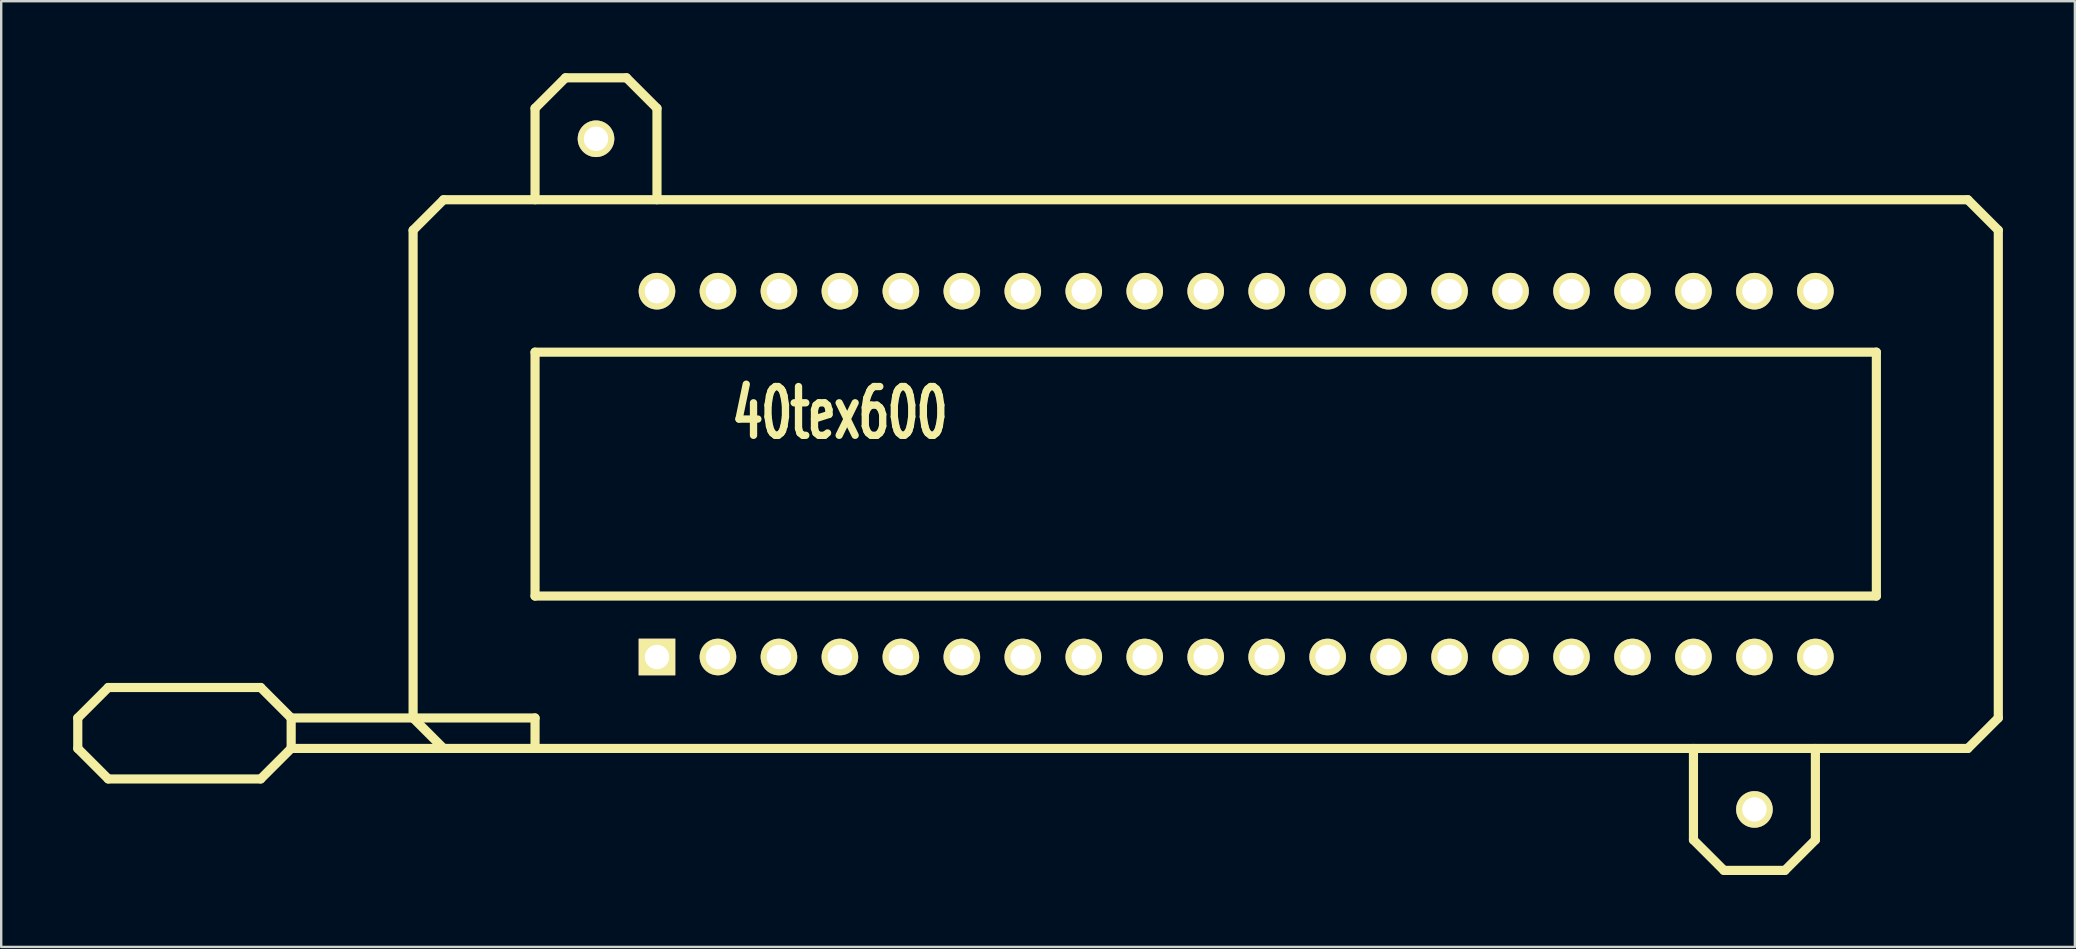
<source format=kicad_pcb>
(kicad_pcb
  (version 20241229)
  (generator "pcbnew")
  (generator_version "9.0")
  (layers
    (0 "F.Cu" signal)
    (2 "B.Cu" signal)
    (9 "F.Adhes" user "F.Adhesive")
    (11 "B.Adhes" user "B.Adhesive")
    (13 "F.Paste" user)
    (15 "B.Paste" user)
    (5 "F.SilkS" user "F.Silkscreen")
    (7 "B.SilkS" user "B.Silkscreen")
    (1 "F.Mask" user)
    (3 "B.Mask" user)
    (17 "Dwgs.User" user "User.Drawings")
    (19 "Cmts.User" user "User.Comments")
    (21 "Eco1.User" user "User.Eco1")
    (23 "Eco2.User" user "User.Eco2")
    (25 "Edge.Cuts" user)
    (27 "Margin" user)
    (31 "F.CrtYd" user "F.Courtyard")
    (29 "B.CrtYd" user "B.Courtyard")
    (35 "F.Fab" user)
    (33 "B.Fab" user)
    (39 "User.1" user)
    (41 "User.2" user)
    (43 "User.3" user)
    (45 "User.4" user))
  (footprint "40tex600"
    (layer "F.Cu")
    (at 48.45 16.701)
    (property "Reference" "40tex600" (at -16.51 -2.54 0) (layer "F.SilkS") (effects (font (size 2.032 1.27) (thickness 0.305))))
    (attr through_hole)
    (fp_line (start -48.26 10.16) (end -48.26 11.43) (stroke (width 0.381) (type solid)) (layer "F.SilkS"))
    (fp_line (start -48.26 11.43) (end -46.99 12.7) (stroke (width 0.381) (type solid)) (layer "F.SilkS"))
    (fp_line (start -46.99 8.89) (end -48.26 10.16) (stroke (width 0.381) (type solid)) (layer "F.SilkS"))
    (fp_line (start -46.99 12.7) (end -40.64 12.7) (stroke (width 0.381) (type solid)) (layer "F.SilkS"))
    (fp_line (start -40.64 8.89) (end -46.99 8.89) (stroke (width 0.381) (type solid)) (layer "F.SilkS"))
    (fp_line (start -40.64 12.7) (end -39.37 11.43) (stroke (width 0.381) (type solid)) (layer "F.SilkS"))
    (fp_line (start -39.37 10.16) (end -40.64 8.89) (stroke (width 0.381) (type solid)) (layer "F.SilkS"))
    (fp_line (start -39.37 10.16) (end -29.21 10.16) (stroke (width 0.381) (type solid)) (layer "F.SilkS"))
    (fp_line (start -39.37 11.43) (end -39.37 10.16) (stroke (width 0.381) (type solid)) (layer "F.SilkS"))
    (fp_line (start -39.37 11.43) (end -33.02 11.43) (stroke (width 0.381) (type solid)) (layer "F.SilkS"))
    (fp_line (start -34.29 -10.16) (end -33.02 -11.43) (stroke (width 0.381) (type solid)) (layer "F.SilkS"))
    (fp_line (start -34.29 10.16) (end -34.29 -10.16) (stroke (width 0.381) (type solid)) (layer "F.SilkS"))
    (fp_line (start -33.02 -11.43) (end 30.48 -11.43) (stroke (width 0.381) (type solid)) (layer "F.SilkS"))
    (fp_line (start -33.02 11.43) (end -34.29 10.16) (stroke (width 0.381) (type solid)) (layer "F.SilkS"))
    (fp_line (start -29.21 -15.24) (end -29.21 -11.43) (stroke (width 0.381) (type solid)) (layer "F.SilkS"))
    (fp_line (start -29.21 -5.08) (end 26.67 -5.08) (stroke (width 0.381) (type solid)) (layer "F.SilkS"))
    (fp_line (start -29.21 5.08) (end -29.21 -5.08) (stroke (width 0.381) (type solid)) (layer "F.SilkS"))
    (fp_line (start -29.21 10.16) (end -29.21 11.43) (stroke (width 0.381) (type solid)) (layer "F.SilkS"))
    (fp_line (start -27.94 -16.51) (end -29.21 -15.24) (stroke (width 0.381) (type solid)) (layer "F.SilkS"))
    (fp_line (start -25.4 -16.51) (end -27.94 -16.51) (stroke (width 0.381) (type solid)) (layer "F.SilkS"))
    (fp_line (start -24.13 -15.24) (end -25.4 -16.51) (stroke (width 0.381) (type solid)) (layer "F.SilkS"))
    (fp_line (start -24.13 -11.43) (end -24.13 -15.24) (stroke (width 0.381) (type solid)) (layer "F.SilkS"))
    (fp_line (start 19.05 15.24) (end 19.05 11.43) (stroke (width 0.381) (type solid)) (layer "F.SilkS"))
    (fp_line (start 20.32 16.51) (end 19.05 15.24) (stroke (width 0.381) (type solid)) (layer "F.SilkS"))
    (fp_line (start 22.86 16.51) (end 20.32 16.51) (stroke (width 0.381) (type solid)) (layer "F.SilkS"))
    (fp_line (start 24.13 11.43) (end 24.13 15.24) (stroke (width 0.381) (type solid)) (layer "F.SilkS"))
    (fp_line (start 24.13 15.24) (end 22.86 16.51) (stroke (width 0.381) (type solid)) (layer "F.SilkS"))
    (fp_line (start 26.67 -5.08) (end 26.67 5.08) (stroke (width 0.381) (type solid)) (layer "F.SilkS"))
    (fp_line (start 26.67 5.08) (end -29.21 5.08) (stroke (width 0.381) (type solid)) (layer "F.SilkS"))
    (fp_line (start 30.48 -11.43) (end 31.75 -10.16) (stroke (width 0.381) (type solid)) (layer "F.SilkS"))
    (fp_line (start 30.48 11.43) (end -33.02 11.43) (stroke (width 0.381) (type solid)) (layer "F.SilkS"))
    (fp_line (start 31.75 -10.16) (end 31.75 10.16) (stroke (width 0.381) (type solid)) (layer "F.SilkS"))
    (fp_line (start 31.75 10.16) (end 30.48 11.43) (stroke (width 0.381) (type solid)) (layer "F.SilkS"))
    (pad "1" thru_hole rect (at -24.13 7.62) (size 1.524 1.524) (drill 1.016) (layers "*.Cu" "*.Mask" "F.SilkS"))
    (pad "2" thru_hole circle (at -21.59 7.62) (size 1.524 1.524) (drill 1.016) (layers "*.Cu" "*.Mask" "F.SilkS"))
    (pad "3" thru_hole circle (at -19.05 7.62) (size 1.524 1.524) (drill 1.016) (layers "*.Cu" "*.Mask" "F.SilkS"))
    (pad "4" thru_hole circle (at -16.51 7.62) (size 1.524 1.524) (drill 1.016) (layers "*.Cu" "*.Mask" "F.SilkS"))
    (pad "5" thru_hole circle (at -13.97 7.62) (size 1.524 1.524) (drill 1.016) (layers "*.Cu" "*.Mask" "F.SilkS"))
    (pad "6" thru_hole circle (at -11.43 7.62) (size 1.524 1.524) (drill 1.016) (layers "*.Cu" "*.Mask" "F.SilkS"))
    (pad "7" thru_hole circle (at -8.89 7.62) (size 1.524 1.524) (drill 1.016) (layers "*.Cu" "*.Mask" "F.SilkS"))
    (pad "8" thru_hole circle (at -6.35 7.62) (size 1.524 1.524) (drill 1.016) (layers "*.Cu" "*.Mask" "F.SilkS"))
    (pad "9" thru_hole circle (at -3.81 7.62) (size 1.524 1.524) (drill 1.016) (layers "*.Cu" "*.Mask" "F.SilkS"))
    (pad "10" thru_hole circle (at -1.27 7.62) (size 1.524 1.524) (drill 1.016) (layers "*.Cu" "*.Mask" "F.SilkS"))
    (pad "11" thru_hole circle (at 1.27 7.62) (size 1.524 1.524) (drill 1.016) (layers "*.Cu" "*.Mask" "F.SilkS"))
    (pad "12" thru_hole circle (at 3.81 7.62) (size 1.524 1.524) (drill 1.016) (layers "*.Cu" "*.Mask" "F.SilkS"))
    (pad "13" thru_hole circle (at 6.35 7.62) (size 1.524 1.524) (drill 1.016) (layers "*.Cu" "*.Mask" "F.SilkS"))
    (pad "14" thru_hole circle (at 8.89 7.62) (size 1.524 1.524) (drill 1.016) (layers "*.Cu" "*.Mask" "F.SilkS"))
    (pad "15" thru_hole circle (at 11.43 7.62) (size 1.524 1.524) (drill 1.016) (layers "*.Cu" "*.Mask" "F.SilkS"))
    (pad "16" thru_hole circle (at 13.97 7.62) (size 1.524 1.524) (drill 1.016) (layers "*.Cu" "*.Mask" "F.SilkS"))
    (pad "17" thru_hole circle (at 16.51 7.62) (size 1.524 1.524) (drill 1.016) (layers "*.Cu" "*.Mask" "F.SilkS"))
    (pad "18" thru_hole circle (at 19.05 7.62) (size 1.524 1.524) (drill 1.016) (layers "*.Cu" "*.Mask" "F.SilkS"))
    (pad "19" thru_hole circle (at 21.59 7.62) (size 1.524 1.524) (drill 1.016) (layers "*.Cu" "*.Mask" "F.SilkS"))
    (pad "20" thru_hole circle (at 24.13 7.62) (size 1.524 1.524) (drill 1.016) (layers "*.Cu" "*.Mask" "F.SilkS"))
    (pad "21" thru_hole circle (at 24.13 -7.62) (size 1.524 1.524) (drill 1.016) (layers "*.Cu" "*.Mask" "F.SilkS"))
    (pad "22" thru_hole circle (at 21.59 -7.62) (size 1.524 1.524) (drill 1.016) (layers "*.Cu" "*.Mask" "F.SilkS"))
    (pad "23" thru_hole circle (at 19.05 -7.62) (size 1.524 1.524) (drill 1.016) (layers "*.Cu" "*.Mask" "F.SilkS"))
    (pad "24" thru_hole circle (at 16.51 -7.62) (size 1.524 1.524) (drill 1.016) (layers "*.Cu" "*.Mask" "F.SilkS"))
    (pad "25" thru_hole circle (at 13.97 -7.62) (size 1.524 1.524) (drill 1.016) (layers "*.Cu" "*.Mask" "F.SilkS"))
    (pad "26" thru_hole circle (at 11.43 -7.62) (size 1.524 1.524) (drill 1.016) (layers "*.Cu" "*.Mask" "F.SilkS"))
    (pad "27" thru_hole circle (at 8.89 -7.62) (size 1.524 1.524) (drill 1.016) (layers "*.Cu" "*.Mask" "F.SilkS"))
    (pad "28" thru_hole circle (at 6.35 -7.62) (size 1.524 1.524) (drill 1.016) (layers "*.Cu" "*.Mask" "F.SilkS"))
    (pad "29" thru_hole circle (at 3.81 -7.62) (size 1.524 1.524) (drill 1.016) (layers "*.Cu" "*.Mask" "F.SilkS"))
    (pad "30" thru_hole circle (at 1.27 -7.62) (size 1.524 1.524) (drill 1.016) (layers "*.Cu" "*.Mask" "F.SilkS"))
    (pad "31" thru_hole circle (at -1.27 -7.62) (size 1.524 1.524) (drill 1.016) (layers "*.Cu" "*.Mask" "F.SilkS"))
    (pad "32" thru_hole circle (at -3.81 -7.62) (size 1.524 1.524) (drill 1.016) (layers "*.Cu" "*.Mask" "F.SilkS"))
    (pad "33" thru_hole circle (at -6.35 -7.62) (size 1.524 1.524) (drill 1.016) (layers "*.Cu" "*.Mask" "F.SilkS"))
    (pad "34" thru_hole circle (at -8.89 -7.62) (size 1.524 1.524) (drill 1.016) (layers "*.Cu" "*.Mask" "F.SilkS"))
    (pad "35" thru_hole circle (at -11.43 -7.62) (size 1.524 1.524) (drill 1.016) (layers "*.Cu" "*.Mask" "F.SilkS"))
    (pad "36" thru_hole circle (at -13.97 -7.62) (size 1.524 1.524) (drill 1.016) (layers "*.Cu" "*.Mask" "F.SilkS"))
    (pad "37" thru_hole circle (at -16.51 -7.62) (size 1.524 1.524) (drill 1.016) (layers "*.Cu" "*.Mask" "F.SilkS"))
    (pad "38" thru_hole circle (at -19.05 -7.62) (size 1.524 1.524) (drill 1.016) (layers "*.Cu" "*.Mask" "F.SilkS"))
    (pad "39" thru_hole circle (at -21.59 -7.62) (size 1.524 1.524) (drill 1.016) (layers "*.Cu" "*.Mask" "F.SilkS"))
    (pad "40" thru_hole circle (at -24.13 -7.62) (size 1.524 1.524) (drill 1.016) (layers "*.Cu" "*.Mask" "F.SilkS"))
    (pad "HOLE" thru_hole circle (at -26.67 -13.97) (size 1.524 1.524) (drill 1.016) (layers "*.Cu" "*.Mask" "F.SilkS"))
    (pad "HOLE" thru_hole circle (at 21.59 13.97) (size 1.524 1.524) (drill 1.016) (layers "*.Cu" "*.Mask" "F.SilkS")))
  (gr_rect
    (start -3 -3)
    (end 83.391 36.401)
    (stroke (width 0.1) (type default))
    (fill no)
    (layer "Edge.Cuts")))
</source>
